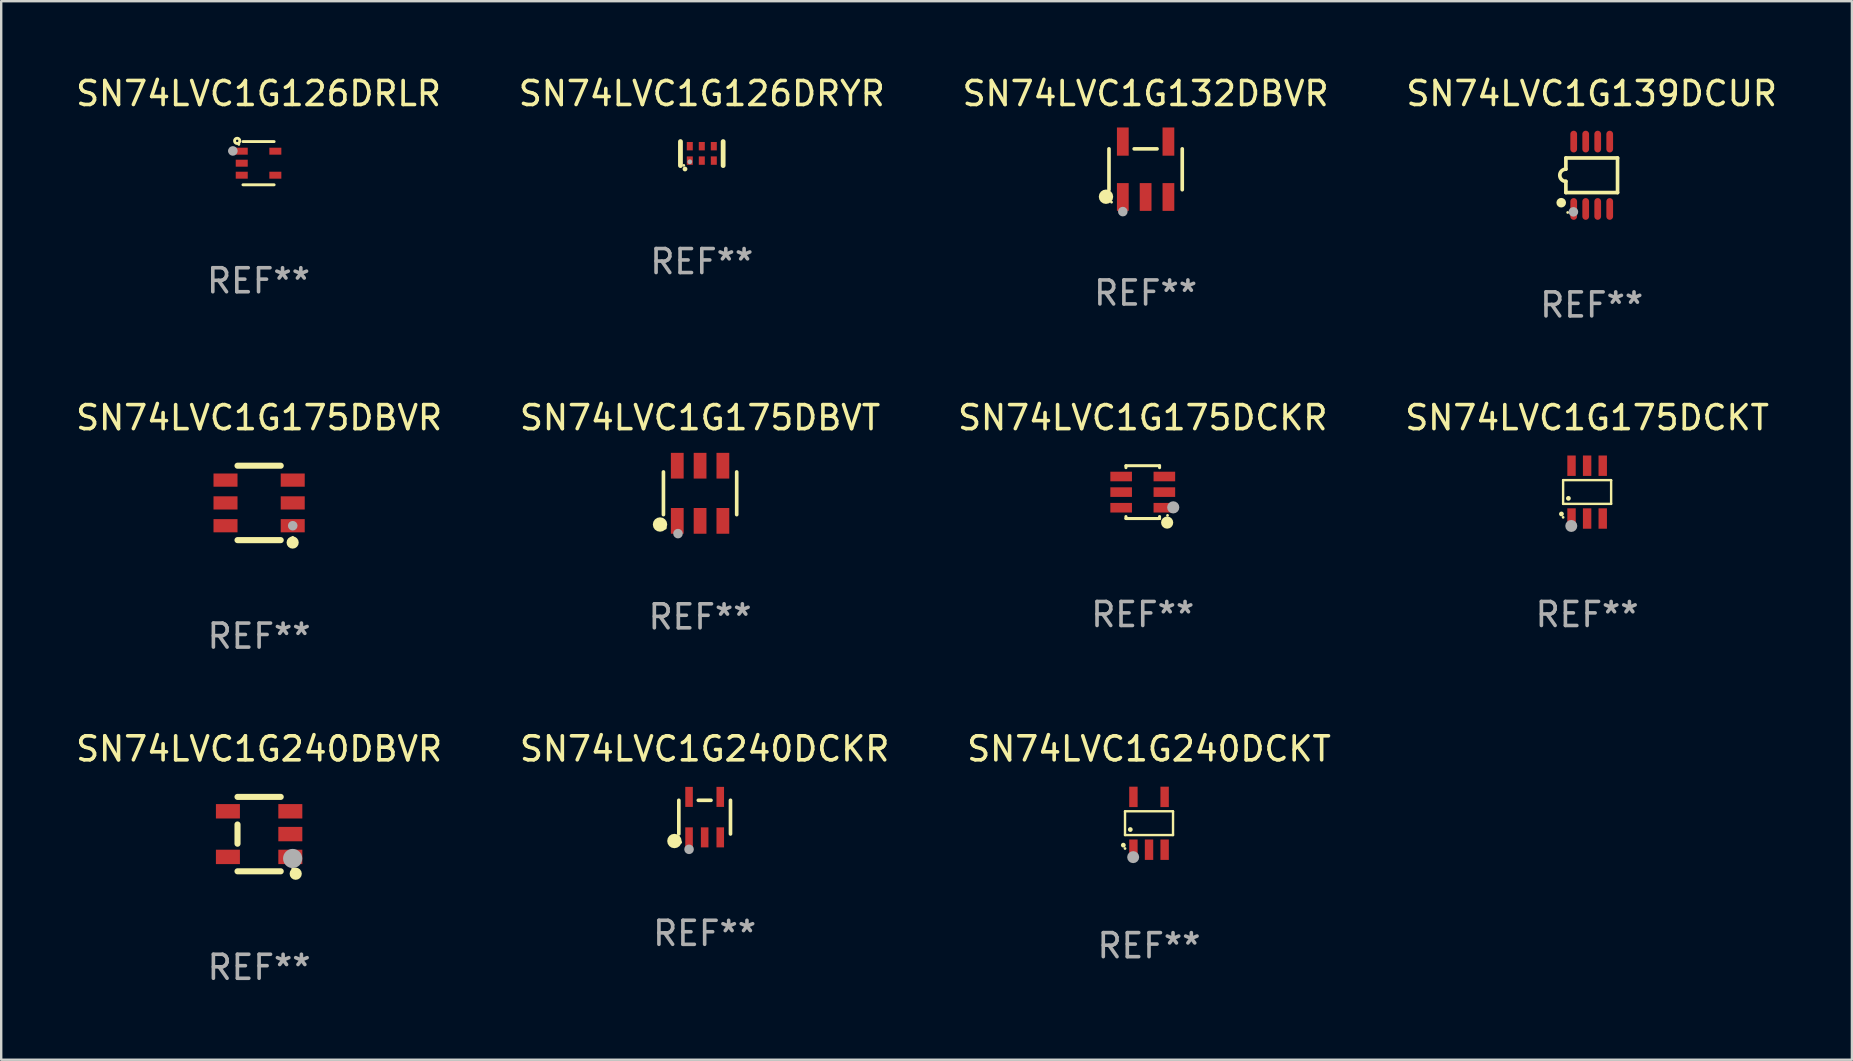
<source format=kicad_pcb>
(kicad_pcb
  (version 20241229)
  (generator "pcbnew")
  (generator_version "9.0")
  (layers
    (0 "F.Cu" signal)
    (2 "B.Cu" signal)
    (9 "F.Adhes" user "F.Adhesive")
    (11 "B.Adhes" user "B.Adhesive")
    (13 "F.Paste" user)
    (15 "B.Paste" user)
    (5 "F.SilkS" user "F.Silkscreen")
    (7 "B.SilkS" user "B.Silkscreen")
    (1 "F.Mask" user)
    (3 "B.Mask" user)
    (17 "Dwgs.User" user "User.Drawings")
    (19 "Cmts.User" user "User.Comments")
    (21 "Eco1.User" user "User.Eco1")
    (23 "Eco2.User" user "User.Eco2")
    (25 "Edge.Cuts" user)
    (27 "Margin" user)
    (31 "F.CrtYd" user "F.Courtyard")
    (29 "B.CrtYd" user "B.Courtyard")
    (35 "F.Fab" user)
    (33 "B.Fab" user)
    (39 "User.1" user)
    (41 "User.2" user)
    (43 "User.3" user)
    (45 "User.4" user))
  (footprint "SN74LVC1G240DBVR"
    (layer "F.Cu")
    (at 7.744 31.696)
    (property "Reference" "SN74LVC1G240DBVR" (at 0 -3.55 0) (layer "F.SilkS") (effects (font (size 1 1) (thickness 0.15))))
    (attr through_hole)
    (fp_line (start -0.9 -1.55) (end 0.9 -1.55) (stroke (width 0.254) (type solid)) (layer "F.SilkS"))
    (fp_line (start -0.9 0.4) (end -0.9 -0.4) (stroke (width 0.254) (type solid)) (layer "F.SilkS"))
    (fp_line (start -0.9 1.55) (end 0.9 1.55) (stroke (width 0.254) (type solid)) (layer "F.SilkS"))
    (fp_circle (center 1.4 1.45) (end 1.43 1.45) (stroke (width 0.06) (type solid)) (fill no) (layer "F.SilkS"))
    (fp_circle (center 1.524 1.651) (end 1.651 1.651) (stroke (width 0.254) (type solid)) (fill no) (layer "F.SilkS"))
    (fp_circle (center 1.397 1.016) (end 1.597 1.016) (stroke (width 0.4) (type solid)) (fill no) (layer "F.Fab"))
    (fp_text user "REF**" (at 0 5.55 0) (layer "F.Fab") (effects (font (size 1 1) (thickness 0.15))))
    (pad "1" smd rect (at 1.3 0.95) (size 1 0.6) (layers "F.Cu" "F.Mask" "F.Paste"))
    (pad "2" smd rect (at 1.3 -0.000051) (size 1 0.6) (layers "F.Cu" "F.Mask" "F.Paste"))
    (pad "3" smd rect (at 1.3 -0.95) (size 1 0.6) (layers "F.Cu" "F.Mask" "F.Paste"))
    (pad "4" smd rect (at -1.3 -0.95) (size 1 0.6) (layers "F.Cu" "F.Mask" "F.Paste"))
    (pad "5" smd rect (at -1.3 0.95) (size 1 0.6) (layers "F.Cu" "F.Mask" "F.Paste")))
  (footprint "SN74LVC1G175DCKT"
    (layer "F.Cu")
    (at 63.065 17.45)
    (property "Reference" "SN74LVC1G175DCKT" (at 0 -3.1 0) (layer "F.SilkS") (effects (font (size 1 1) (thickness 0.15))))
    (attr through_hole)
    (fp_line (start -1 -0.5) (end -1 0.49) (stroke (width 0.1) (type solid)) (layer "F.SilkS"))
    (fp_line (start -1 0.49) (end 1 0.49) (stroke (width 0.1) (type solid)) (layer "F.SilkS"))
    (fp_line (start 0.99 -0.5) (end -1 -0.5) (stroke (width 0.1) (type solid)) (layer "F.SilkS"))
    (fp_line (start 1 -0.49) (end 0.99 -0.5) (stroke (width 0.1) (type solid)) (layer "F.SilkS"))
    (fp_line (start 1 0.49) (end 1 -0.49) (stroke (width 0.1) (type solid)) (layer "F.SilkS"))
    (fp_circle (center -1.07 0.91) (end -1.02 0.91) (stroke (width 0.1) (type solid)) (fill no) (layer "F.SilkS"))
    (fp_circle (center -1 1.05) (end -0.97 1.05) (stroke (width 0.06) (type solid)) (fill no) (layer "F.SilkS"))
    (fp_circle (center -0.78 0.26) (end -0.73 0.26) (stroke (width 0.1) (type solid)) (fill no) (layer "F.SilkS"))
    (fp_circle (center -0.66 1.41) (end -0.535 1.41) (stroke (width 0.25) (type solid)) (fill no) (layer "F.Fab"))
    (fp_text user "REF**" (at 0 5.1 0) (layer "F.Fab") (effects (font (size 1 1) (thickness 0.15))))
    (pad "1" smd rect (at -0.65 1.1) (size 0.35 0.85) (layers "F.Cu" "F.Mask" "F.Paste"))
    (pad "2" smd rect (at 0 1.1) (size 0.35 0.85) (layers "F.Cu" "F.Mask" "F.Paste"))
    (pad "3" smd rect (at 0.65 1.1) (size 0.35 0.85) (layers "F.Cu" "F.Mask" "F.Paste"))
    (pad "4" smd rect (at 0.65 -1.1) (size 0.35 0.85) (layers "F.Cu" "F.Mask" "F.Paste"))
    (pad "5" smd rect (at 0 -1.1) (size 0.35 0.85) (layers "F.Cu" "F.Mask" "F.Paste"))
    (pad "6" smd rect (at -0.65 -1.1) (size 0.35 0.85) (layers "F.Cu" "F.Mask" "F.Paste")))
  (footprint "SN74LVC1G139DCUR"
    (layer "F.Cu")
    (at 63.256 4.251)
    (property "Reference" "SN74LVC1G139DCUR" (at 0 -3.403 0) (layer "F.SilkS") (effects (font (size 1 1) (thickness 0.15))))
    (attr through_hole)
    (fp_line (start -1.076 -0.721) (end 1.076 -0.721) (stroke (width 0.152) (type solid)) (layer "F.SilkS"))
    (fp_line (start -1.076 -0.254) (end -1.076 -0.721) (stroke (width 0.152) (type solid)) (layer "F.SilkS"))
    (fp_line (start -1.076 0.254) (end -1.076 0.721) (stroke (width 0.152) (type solid)) (layer "F.SilkS"))
    (fp_line (start 1.076 -0.721) (end 1.076 0.721) (stroke (width 0.152) (type solid)) (layer "F.SilkS"))
    (fp_line (start 1.076 0.721) (end -1.076 0.721) (stroke (width 0.152) (type solid)) (layer "F.SilkS"))
    (fp_arc (start -1.076226 0.254051) (mid -1.330226 0.000051) (end -1.076226 -0.253949) (stroke (width 0.151994) (type solid)) (layer "F.SilkS"))
    (fp_circle (center -1.27 1.143) (end -1.17 1.143) (stroke (width 0.2) (type solid)) (fill no) (layer "F.SilkS"))
    (fp_circle (center -1 1.55) (end -0.97 1.55) (stroke (width 0.06) (type solid)) (fill no) (layer "F.SilkS"))
    (fp_circle (center -0.762 1.524) (end -0.662 1.524) (stroke (width 0.2) (type solid)) (fill no) (layer "F.Fab"))
    (fp_text user "REF**" (at 0 5.403 0) (layer "F.Fab") (effects (font (size 1 1) (thickness 0.15))))
    (pad "1" smd oval (at -0.75 1.403) (size 0.28 0.905) (layers "F.Cu" "F.Mask" "F.Paste"))
    (pad "2" smd oval (at -0.25 1.403) (size 0.28 0.905) (layers "F.Cu" "F.Mask" "F.Paste"))
    (pad "3" smd oval (at 0.25 1.403) (size 0.28 0.905) (layers "F.Cu" "F.Mask" "F.Paste"))
    (pad "4" smd oval (at 0.75 1.403) (size 0.28 0.905) (layers "F.Cu" "F.Mask" "F.Paste"))
    (pad "5" smd oval (at 0.75 -1.403) (size 0.28 0.905) (layers "F.Cu" "F.Mask" "F.Paste"))
    (pad "6" smd oval (at 0.25 -1.403) (size 0.28 0.905) (layers "F.Cu" "F.Mask" "F.Paste"))
    (pad "7" smd oval (at -0.25 -1.403) (size 0.28 0.905) (layers "F.Cu" "F.Mask" "F.Paste"))
    (pad "8" smd oval (at -0.75 -1.403) (size 0.28 0.905) (layers "F.Cu" "F.Mask" "F.Paste")))
  (footprint "SN74LVC1G175DBVT"
    (layer "F.Cu")
    (at 26.113 17.499)
    (property "Reference" "SN74LVC1G175DBVT" (at 0 -3.149 0) (layer "F.SilkS") (effects (font (size 1 1) (thickness 0.15))))
    (attr through_hole)
    (fp_line (start -1.526 0.889) (end -1.526 -0.889) (stroke (width 0.152) (type solid)) (layer "F.SilkS"))
    (fp_line (start 1.526 0.889) (end 1.526 -0.889) (stroke (width 0.152) (type solid)) (layer "F.SilkS"))
    (fp_circle (center -1.668 1.301) (end -1.518 1.301) (stroke (width 0.3) (type solid)) (fill no) (layer "F.SilkS"))
    (fp_circle (center -1.45 1.45) (end -1.42 1.45) (stroke (width 0.06) (type solid)) (fill no) (layer "F.SilkS"))
    (fp_circle (center -0.92 1.68) (end -0.82 1.68) (stroke (width 0.2) (type solid)) (fill no) (layer "F.Fab"))
    (fp_text user "REF**" (at 0 5.149 0) (layer "F.Fab") (effects (font (size 1 1) (thickness 0.15))))
    (pad "1" smd rect (at -0.95 1.149) (size 0.532 1.072) (layers "F.Cu" "F.Mask" "F.Paste"))
    (pad "2" smd rect (at 0 1.149) (size 0.532 1.072) (layers "F.Cu" "F.Mask" "F.Paste"))
    (pad "3" smd rect (at 0.95 1.149) (size 0.532 1.072) (layers "F.Cu" "F.Mask" "F.Paste"))
    (pad "4" smd rect (at 0.95 -1.149) (size 0.532 1.072) (layers "F.Cu" "F.Mask" "F.Paste"))
    (pad "5" smd rect (at 0 -1.149) (size 0.532 1.072) (layers "F.Cu" "F.Mask" "F.Paste"))
    (pad "6" smd rect (at -0.95 -1.149) (size 0.532 1.072) (layers "F.Cu" "F.Mask" "F.Paste")))
  (footprint "SN74LVC1G132DBVR"
    (layer "F.Cu")
    (at 44.673 4.002)
    (property "Reference" "SN74LVC1G132DBVR" (at 0 -3.154 0) (layer "F.SilkS") (effects (font (size 1 1) (thickness 0.15))))
    (attr through_hole)
    (fp_line (start -1.526 0.851) (end -1.526 -0.851) (stroke (width 0.152) (type solid)) (layer "F.SilkS"))
    (fp_line (start 0.476 -0.851) (end -0.476 -0.851) (stroke (width 0.152) (type solid)) (layer "F.SilkS"))
    (fp_line (start 1.526 0.851) (end 1.526 -0.851) (stroke (width 0.152) (type solid)) (layer "F.SilkS"))
    (fp_circle (center -1.651 1.143) (end -1.501 1.143) (stroke (width 0.3) (type solid)) (fill no) (layer "F.SilkS"))
    (fp_circle (center -1.42 1.37) (end -1.39 1.37) (stroke (width 0.06) (type solid)) (fill no) (layer "F.SilkS"))
    (fp_circle (center -0.95 1.763) (end -0.85 1.763) (stroke (width 0.2) (type solid)) (fill no) (layer "F.Fab"))
    (fp_text user "REF**" (at 0 5.154 0) (layer "F.Fab") (effects (font (size 1 1) (thickness 0.15))))
    (pad "1" smd rect (at -0.95 1.154) (size 0.49 1.157) (layers "F.Cu" "F.Mask" "F.Paste"))
    (pad "2" smd rect (at 0 1.154) (size 0.49 1.157) (layers "F.Cu" "F.Mask" "F.Paste"))
    (pad "3" smd rect (at 0.95 1.154) (size 0.49 1.157) (layers "F.Cu" "F.Mask" "F.Paste"))
    (pad "4" smd rect (at 0.95 -1.154) (size 0.49 1.175) (layers "F.Cu" "F.Mask" "F.Paste"))
    (pad "5" smd rect (at -0.95 -1.154) (size 0.49 1.175) (layers "F.Cu" "F.Mask" "F.Paste")))
  (footprint "SN74LVC1G126DRYR"
    (layer "F.Cu")
    (at 26.185 3.348)
    (property "Reference" "SN74LVC1G126DRYR" (at 0 -2.5 0) (layer "F.SilkS") (effects (font (size 1 1) (thickness 0.15))))
    (attr through_hole)
    (fp_line (start -0.889 0.5) (end -0.889 -0.5) (stroke (width 0.2) (type solid)) (layer "F.SilkS"))
    (fp_line (start 0.889 0.5) (end 0.889 -0.5) (stroke (width 0.2) (type solid)) (layer "F.SilkS"))
    (fp_circle (center -0.75 0.492) (end -0.72 0.492) (stroke (width 0.06) (type solid)) (fill no) (layer "F.SilkS"))
    (fp_circle (center -0.7 0.642) (end -0.65 0.642) (stroke (width 0.1) (type solid)) (fill no) (layer "F.SilkS"))
    (fp_circle (center -0.5 0.342) (end -0.45 0.342) (stroke (width 0.1) (type solid)) (fill no) (layer "F.Fab"))
    (fp_text user "REF**" (at 0 4.5 0) (layer "F.Fab") (effects (font (size 1 1) (thickness 0.15))))
    (pad "1" smd rect (at -0.5 0.292) (size 0.25 0.35) (layers "F.Cu" "F.Mask" "F.Paste"))
    (pad "2" smd rect (at -0.000102 0.292) (size 0.25 0.35) (layers "F.Cu" "F.Mask" "F.Paste"))
    (pad "3" smd rect (at 0.5 0.292) (size 0.25 0.35) (layers "F.Cu" "F.Mask" "F.Paste"))
    (pad "4" smd rect (at 0.5 -0.308 180) (size 0.25 0.35) (layers "F.Cu" "F.Mask" "F.Paste"))
    (pad "5" smd rect (at -0.000102 -0.308 180) (size 0.25 0.35) (layers "F.Cu" "F.Mask" "F.Paste"))
    (pad "6" smd rect (at -0.5 -0.308 180) (size 0.25 0.35) (layers "F.Cu" "F.Mask" "F.Paste")))
  (footprint "SN74LVC1G175DBVR"
    (layer "F.Cu")
    (at 7.744 17.9)
    (property "Reference" "SN74LVC1G175DBVR" (at 0 -3.55 0) (layer "F.SilkS") (effects (font (size 1 1) (thickness 0.15))))
    (attr through_hole)
    (fp_line (start -0.9 -1.55) (end 0.9 -1.55) (stroke (width 0.254) (type solid)) (layer "F.SilkS"))
    (fp_line (start -0.9 1.55) (end 0.9 1.55) (stroke (width 0.254) (type solid)) (layer "F.SilkS"))
    (fp_circle (center 1.397 1.651) (end 1.524 1.651) (stroke (width 0.254) (type solid)) (fill no) (layer "F.SilkS"))
    (fp_circle (center 1.4 1.435) (end 1.43 1.435) (stroke (width 0.06) (type solid)) (fill no) (layer "F.SilkS"))
    (fp_circle (center 1.4 0.95) (end 1.5 0.95) (stroke (width 0.2) (type solid)) (fill no) (layer "F.Fab"))
    (fp_text user "REF**" (at 0 5.55 0) (layer "F.Fab") (effects (font (size 1 1) (thickness 0.15))))
    (pad "1" smd rect (at 1.4 0.95) (size 1 0.55) (layers "F.Cu" "F.Mask" "F.Paste"))
    (pad "2" smd rect (at 1.4 -0.000102) (size 1 0.55) (layers "F.Cu" "F.Mask" "F.Paste"))
    (pad "3" smd rect (at 1.4 -0.95) (size 1 0.55) (layers "F.Cu" "F.Mask" "F.Paste"))
    (pad "4" smd rect (at -1.4 -0.95) (size 1 0.55) (layers "F.Cu" "F.Mask" "F.Paste"))
    (pad "5" smd rect (at -1.4 -0.000102) (size 1 0.55) (layers "F.Cu" "F.Mask" "F.Paste"))
    (pad "6" smd rect (at -1.4 0.95) (size 1 0.55) (layers "F.Cu" "F.Mask" "F.Paste")))
  (footprint "SN74LVC1G126DRLR"
    (layer "F.Cu")
    (at 7.72 3.748)
    (property "Reference" "SN74LVC1G126DRLR" (at 0 -2.9 0) (layer "F.SilkS") (effects (font (size 1 1) (thickness 0.15))))
    (attr through_hole)
    (fp_line (start 0.65 -0.9) (end -0.65 -0.9) (stroke (width 0.12) (type solid)) (layer "F.SilkS"))
    (fp_line (start 0.65 0.9) (end -0.65 0.9) (stroke (width 0.12) (type solid)) (layer "F.SilkS"))
    (fp_circle (center -0.89 -0.93) (end -0.84 -0.93) (stroke (width 0.12) (type solid)) (fill no) (layer "F.SilkS"))
    (fp_circle (center -0.82 -0.78) (end -0.79 -0.78) (stroke (width 0.06) (type solid)) (fill no) (layer "F.SilkS"))
    (fp_arc (start -1.120142 -0.50983) (mid -1.070104 -0.559868) (end -1.020066 -0.50983) (stroke (width 0.254001) (type solid)) (layer "F.Fab"))
    (fp_arc (start -1.120142 -0.50983) (mid -1.070104 -0.521642) (end -1.020066 -0.50983) (stroke (width 0.254001) (type solid)) (layer "F.Fab"))
    (fp_circle (center -1.07 -0.51) (end -0.97 -0.51) (stroke (width 0.2) (type solid)) (fill no) (layer "F.Fab"))
    (fp_text user "REF**" (at 0 4.9 0) (layer "F.Fab") (effects (font (size 1 1) (thickness 0.15))))
    (pad "1" smd rect (at -0.7 -0.5) (size 0.5 0.29) (layers "F.Cu" "F.Mask" "F.Paste"))
    (pad "2" smd rect (at -0.7 0.000457) (size 0.5 0.29) (layers "F.Cu" "F.Mask" "F.Paste"))
    (pad "3" smd rect (at -0.7 0.5) (size 0.5 0.29) (layers "F.Cu" "F.Mask" "F.Paste"))
    (pad "4" smd rect (at 0.7 0.5) (size 0.5 0.29) (layers "F.Cu" "F.Mask" "F.Paste"))
    (pad "5" smd rect (at 0.7 -0.5) (size 0.5 0.29) (layers "F.Cu" "F.Mask" "F.Paste")))
  (footprint "SN74LVC1G240DCKR"
    (layer "F.Cu")
    (at 26.304 30.989)
    (property "Reference" "SN74LVC1G240DCKR" (at 0 -2.843 0) (layer "F.SilkS") (effects (font (size 1 1) (thickness 0.15))))
    (attr through_hole)
    (fp_line (start -1.076 0.701) (end -1.076 -0.701) (stroke (width 0.152) (type solid)) (layer "F.SilkS"))
    (fp_line (start 0.264 -0.701) (end -0.264 -0.701) (stroke (width 0.152) (type solid)) (layer "F.SilkS"))
    (fp_line (start 1.076 0.701) (end 1.076 -0.701) (stroke (width 0.152) (type solid)) (layer "F.SilkS"))
    (fp_circle (center -1.26 0.995) (end -1.11 0.995) (stroke (width 0.3) (type solid)) (fill no) (layer "F.SilkS"))
    (fp_circle (center -1 1.05) (end -0.97 1.05) (stroke (width 0.06) (type solid)) (fill no) (layer "F.SilkS"))
    (fp_circle (center -0.65 1.341) (end -0.55 1.341) (stroke (width 0.2) (type solid)) (fill no) (layer "F.Fab"))
    (fp_text user "REF**" (at 0 4.843 0) (layer "F.Fab") (effects (font (size 1 1) (thickness 0.15))))
    (pad "1" smd rect (at -0.65 0.843) (size 0.315 0.835) (layers "F.Cu" "F.Mask" "F.Paste"))
    (pad "2" smd rect (at 0.00014 0.843) (size 0.315 0.835) (layers "F.Cu" "F.Mask" "F.Paste"))
    (pad "3" smd rect (at 0.65 0.843) (size 0.315 0.835) (layers "F.Cu" "F.Mask" "F.Paste"))
    (pad "4" smd rect (at 0.65 -0.843) (size 0.315 0.835) (layers "F.Cu" "F.Mask" "F.Paste"))
    (pad "5" smd rect (at -0.65 -0.843) (size 0.315 0.835) (layers "F.Cu" "F.Mask" "F.Paste")))
  (footprint "SN74LVC1G240DCKT"
    (layer "F.Cu")
    (at 44.815 31.246)
    (property "Reference" "SN74LVC1G240DCKT" (at 0 -3.1 0) (layer "F.SilkS") (effects (font (size 1 1) (thickness 0.15))))
    (attr through_hole)
    (fp_line (start -1 -0.5) (end -1 0.49) (stroke (width 0.1) (type solid)) (layer "F.SilkS"))
    (fp_line (start -1 0.49) (end 1 0.49) (stroke (width 0.1) (type solid)) (layer "F.SilkS"))
    (fp_line (start 0.99 -0.5) (end -1 -0.5) (stroke (width 0.1) (type solid)) (layer "F.SilkS"))
    (fp_line (start 1 -0.49) (end 0.99 -0.5) (stroke (width 0.1) (type solid)) (layer "F.SilkS"))
    (fp_line (start 1 0.49) (end 1 -0.49) (stroke (width 0.1) (type solid)) (layer "F.SilkS"))
    (fp_circle (center -1.07 0.91) (end -1.02 0.91) (stroke (width 0.1) (type solid)) (fill no) (layer "F.SilkS"))
    (fp_circle (center -1 1.05) (end -0.97 1.05) (stroke (width 0.06) (type solid)) (fill no) (layer "F.SilkS"))
    (fp_circle (center -0.78 0.26) (end -0.73 0.26) (stroke (width 0.1) (type solid)) (fill no) (layer "F.SilkS"))
    (fp_circle (center -0.66 1.41) (end -0.535 1.41) (stroke (width 0.25) (type solid)) (fill no) (layer "F.Fab"))
    (fp_text user "REF**" (at 0 5.1 0) (layer "F.Fab") (effects (font (size 1 1) (thickness 0.15))))
    (pad "1" smd rect (at -0.65 1.1) (size 0.35 0.85) (layers "F.Cu" "F.Mask" "F.Paste"))
    (pad "2" smd rect (at 0.000051 1.1) (size 0.35 0.85) (layers "F.Cu" "F.Mask" "F.Paste"))
    (pad "3" smd rect (at 0.65 1.1) (size 0.35 0.85) (layers "F.Cu" "F.Mask" "F.Paste"))
    (pad "4" smd rect (at 0.65 -1.1) (size 0.35 0.85) (layers "F.Cu" "F.Mask" "F.Paste"))
    (pad "5" smd rect (at -0.65 -1.1) (size 0.35 0.85) (layers "F.Cu" "F.Mask" "F.Paste")))
  (footprint "SN74LVC1G175DCKR"
    (layer "F.Cu")
    (at 44.554 17.45)
    (property "Reference" "SN74LVC1G175DCKR" (at 0 -3.1 0) (layer "F.SilkS") (effects (font (size 1 1) (thickness 0.15))))
    (attr through_hole)
    (fp_line (start -0.7 -1.018) (end -0.7 -1.1) (stroke (width 0.127) (type solid)) (layer "F.SilkS"))
    (fp_line (start -0.7 1.1) (end -0.7 1.018) (stroke (width 0.127) (type solid)) (layer "F.SilkS"))
    (fp_line (start 0.7 -1.1) (end -0.7 -1.1) (stroke (width 0.127) (type solid)) (layer "F.SilkS"))
    (fp_line (start 0.7 -1.018) (end 0.7 -1.1) (stroke (width 0.127) (type solid)) (layer "F.SilkS"))
    (fp_line (start 0.7 1.1) (end -0.7 1.1) (stroke (width 0.127) (type solid)) (layer "F.SilkS"))
    (fp_line (start 0.7 1.1) (end 0.7 1.018) (stroke (width 0.127) (type solid)) (layer "F.SilkS"))
    (fp_circle (center 1.016 1.27) (end 1.143 1.27) (stroke (width 0.254) (type solid)) (fill no) (layer "F.SilkS"))
    (fp_circle (center 1.032 0.97) (end 1.062 0.97) (stroke (width 0.06) (type solid)) (fill no) (layer "F.SilkS"))
    (fp_circle (center 1.27 0.635) (end 1.397 0.635) (stroke (width 0.254) (type solid)) (fill no) (layer "F.Fab"))
    (fp_text user "REF**" (at 0 5.1 0) (layer "F.Fab") (effects (font (size 1 1) (thickness 0.15))))
    (pad "1" smd rect (at 0.9 0.65 90) (size 0.4 0.9) (layers "F.Cu" "F.Mask" "F.Paste"))
    (pad "2" smd rect (at 0.9 -0.000102 90) (size 0.4 0.9) (layers "F.Cu" "F.Mask" "F.Paste"))
    (pad "3" smd rect (at 0.9 -0.65 90) (size 0.4 0.9) (layers "F.Cu" "F.Mask" "F.Paste"))
    (pad "4" smd rect (at -0.9 -0.65 90) (size 0.4 0.9) (layers "F.Cu" "F.Mask" "F.Paste"))
    (pad "5" smd rect (at -0.9 -0.000102 90) (size 0.4 0.9) (layers "F.Cu" "F.Mask" "F.Paste"))
    (pad "6" smd rect (at -0.9 0.65 90) (size 0.4 0.9) (layers "F.Cu" "F.Mask" "F.Paste")))
  (gr_rect
    (start -3 -3)
    (end 74.095 41.095)
    (stroke (width 0.1) (type default))
    (fill no)
    (layer "Edge.Cuts")))
</source>
